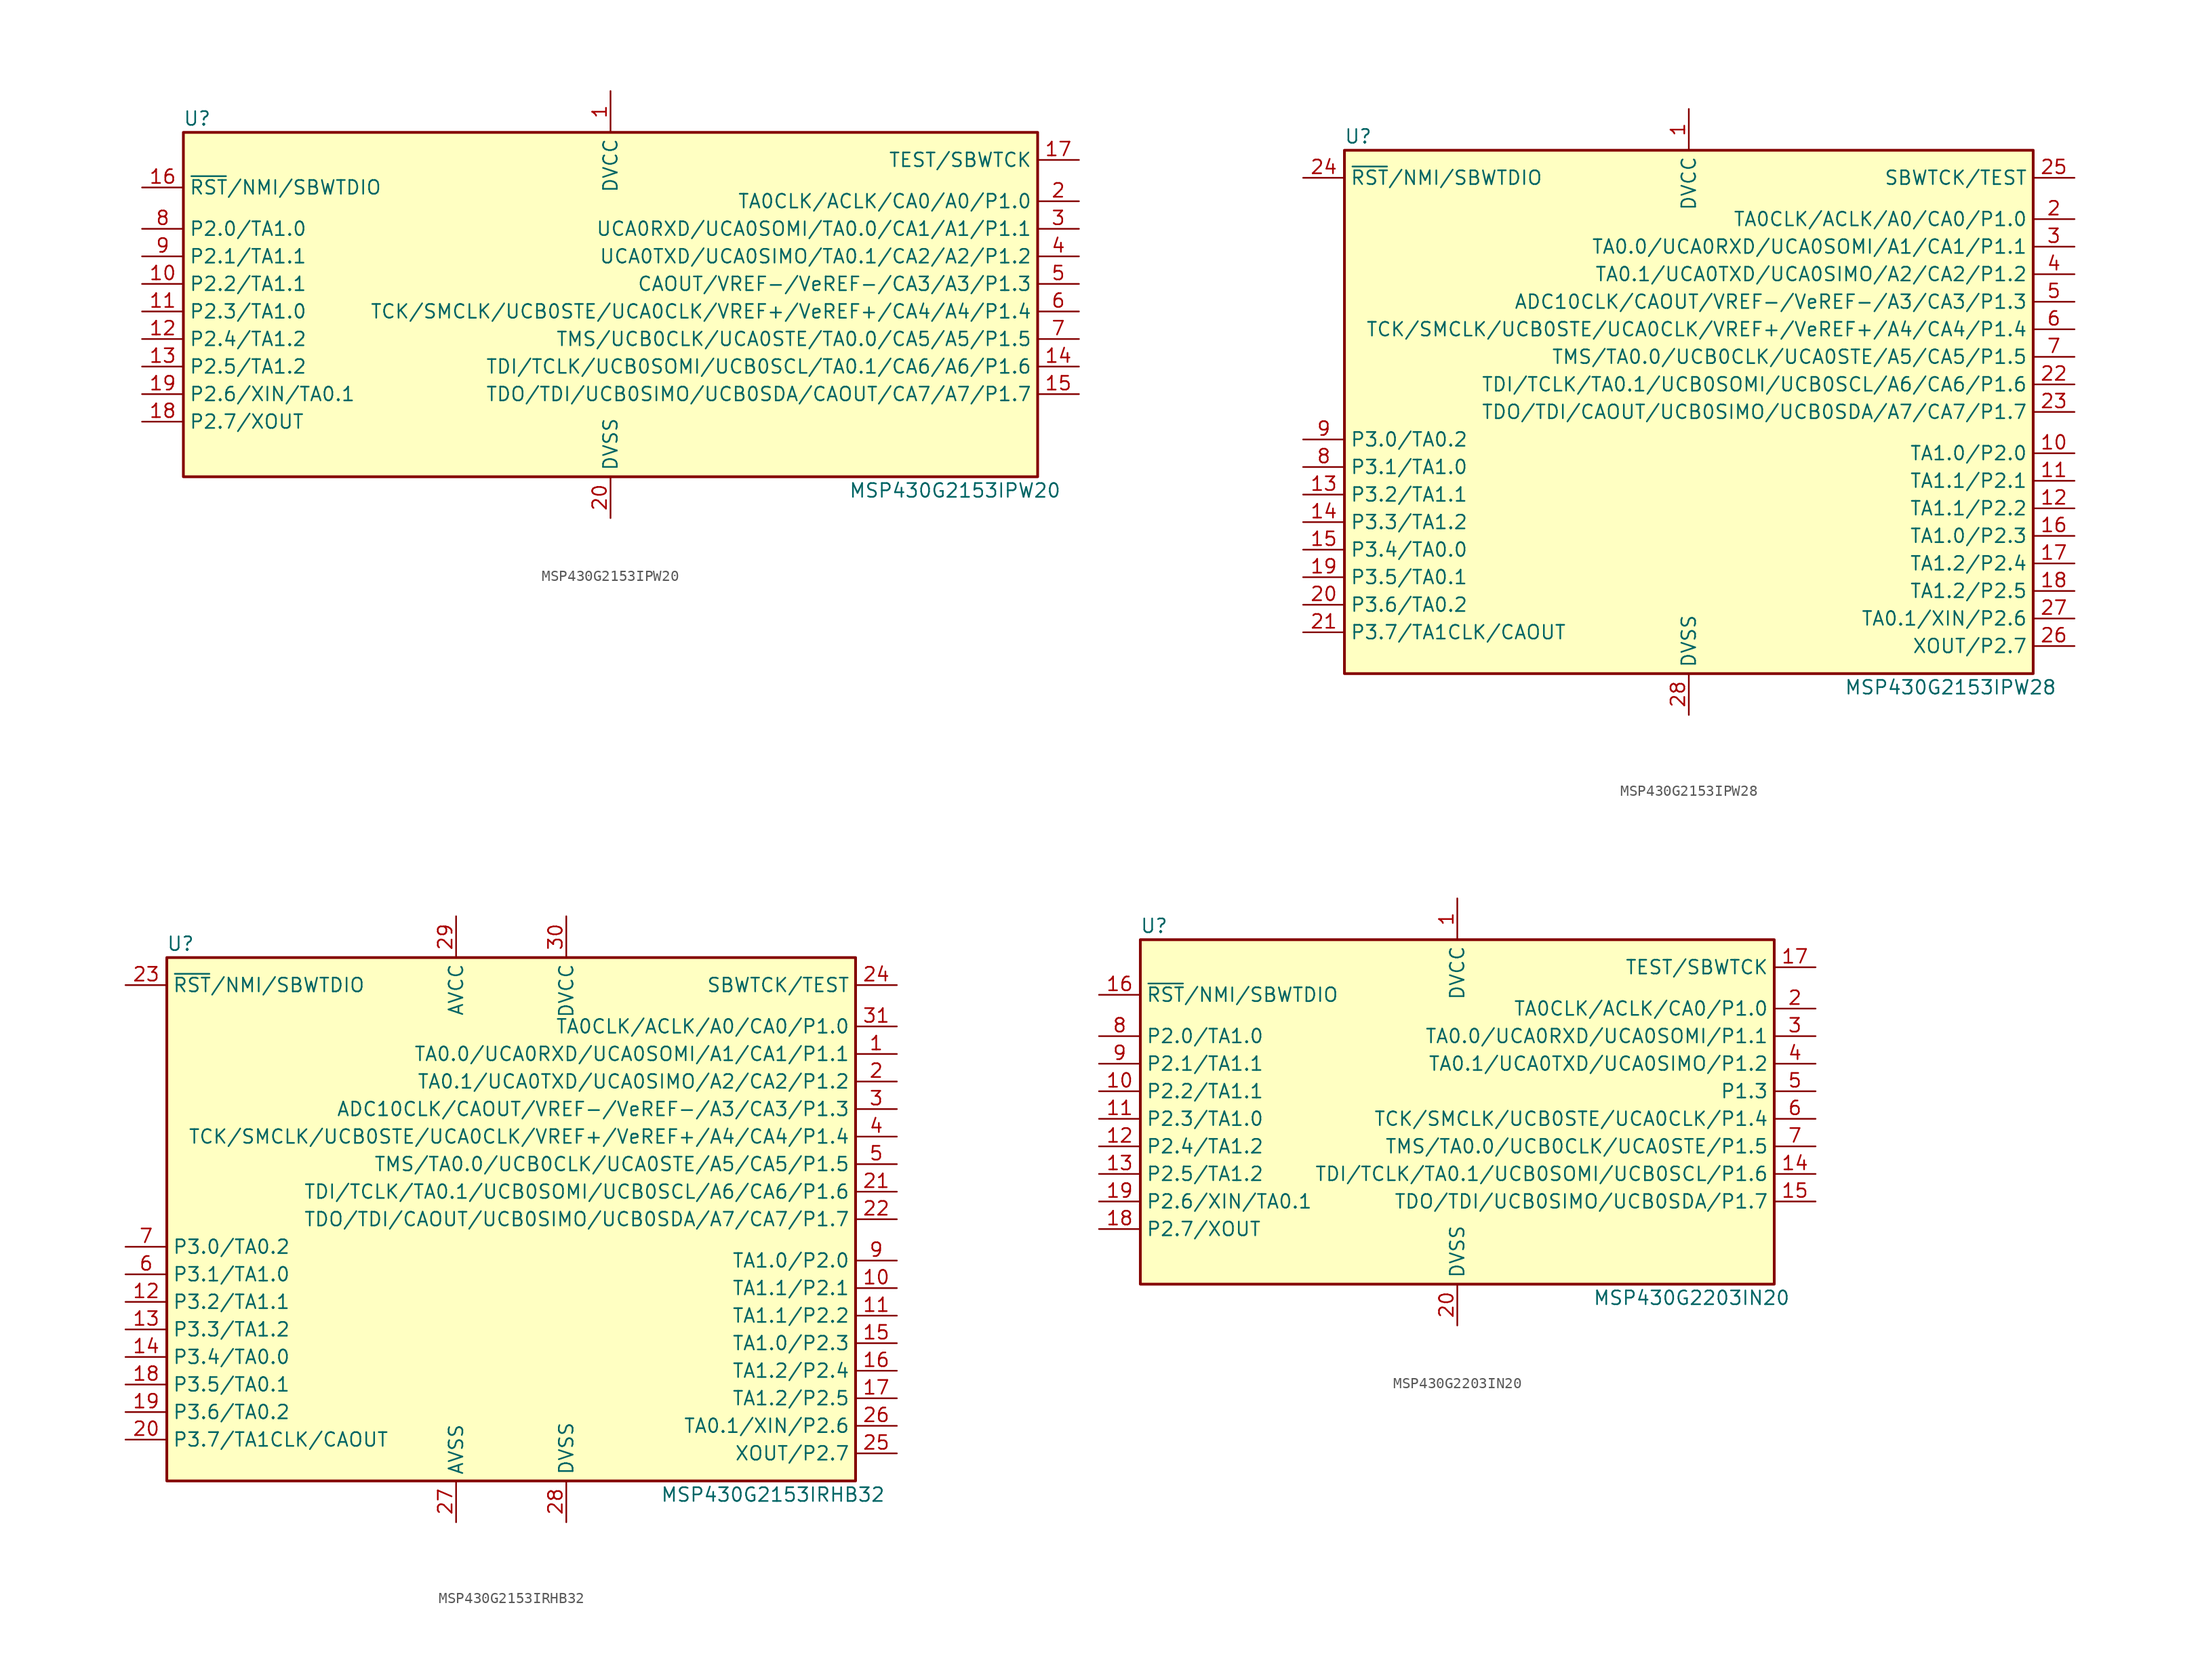
<source format=kicad_sym>
(kicad_symbol_lib
  (version 20211014)
  (generator kicad_symbol_editor)
  (symbol "MSP430G2153IPW20"
    (property "Reference" "U"
      (at -38.1 17.78 0)
      (effects (font (size 1.27 1.27))))
    (property "Value" "MSP430G2153IPW20"
      (at 31.75 -16.51 0)
      (effects (font (size 1.27 1.27))))
    (symbol "MSP430G2153IPW20_0_1"
      (rectangle (start -39.37 16.51) (end 39.37 -15.24) (stroke (width 0.254) (type default) (color 0 0 0 0)) (fill (type background))))
    (symbol "MSP430G2153IPW20_1_1"
      (pin power_in line (at 0 20.32 270) (length 3.81) (name "DVCC" (effects (font (size 1.27 1.27)))) (number "1" (effects (font (size 1.27 1.27)))))
      (pin bidirectional line (at -43.18 2.54 0) (length 3.81) (name "P2.2/TA1.1" (effects (font (size 1.27 1.27)))) (number "10" (effects (font (size 1.27 1.27)))))
      (pin bidirectional line (at -43.18 0 0) (length 3.81) (name "P2.3/TA1.0" (effects (font (size 1.27 1.27)))) (number "11" (effects (font (size 1.27 1.27)))))
      (pin bidirectional line (at -43.18 -2.54 0) (length 3.81) (name "P2.4/TA1.2" (effects (font (size 1.27 1.27)))) (number "12" (effects (font (size 1.27 1.27)))))
      (pin bidirectional line (at -43.18 -5.08 0) (length 3.81) (name "P2.5/TA1.2" (effects (font (size 1.27 1.27)))) (number "13" (effects (font (size 1.27 1.27)))))
      (pin bidirectional line (at 43.18 -5.08 180) (length 3.81) (name "TDI/TCLK/UCB0SOMI/UCB0SCL/TA0.1/CA6/A6/P1.6" (effects (font (size 1.27 1.27)))) (number "14" (effects (font (size 1.27 1.27)))))
      (pin bidirectional line (at 43.18 -7.62 180) (length 3.81) (name "TDO/TDI/UCB0SIMO/UCB0SDA/CAOUT/CA7/A7/P1.7" (effects (font (size 1.27 1.27)))) (number "15" (effects (font (size 1.27 1.27)))))
      (pin input line (at -43.18 11.43 0) (length 3.81) (name "~{RST}/NMI/SBWTDIO" (effects (font (size 1.27 1.27)))) (number "16" (effects (font (size 1.27 1.27)))))
      (pin input line (at 43.18 13.97 180) (length 3.81) (name "TEST/SBWTCK" (effects (font (size 1.27 1.27)))) (number "17" (effects (font (size 1.27 1.27)))))
      (pin bidirectional line (at -43.18 -10.16 0) (length 3.81) (name "P2.7/XOUT" (effects (font (size 1.27 1.27)))) (number "18" (effects (font (size 1.27 1.27)))))
      (pin bidirectional line (at -43.18 -7.62 0) (length 3.81) (name "P2.6/XIN/TA0.1" (effects (font (size 1.27 1.27)))) (number "19" (effects (font (size 1.27 1.27)))))
      (pin bidirectional line (at 43.18 10.16 180) (length 3.81) (name "TA0CLK/ACLK/CA0/A0/P1.0" (effects (font (size 1.27 1.27)))) (number "2" (effects (font (size 1.27 1.27)))))
      (pin power_in line (at 0 -19.05 90) (length 3.81) (name "DVSS" (effects (font (size 1.27 1.27)))) (number "20" (effects (font (size 1.27 1.27)))))
      (pin bidirectional line (at 43.18 7.62 180) (length 3.81) (name "UCA0RXD/UCA0SOMI/TA0.0/CA1/A1/P1.1" (effects (font (size 1.27 1.27)))) (number "3" (effects (font (size 1.27 1.27)))))
      (pin bidirectional line (at 43.18 5.08 180) (length 3.81) (name "UCA0TXD/UCA0SIMO/TA0.1/CA2/A2/P1.2" (effects (font (size 1.27 1.27)))) (number "4" (effects (font (size 1.27 1.27)))))
      (pin bidirectional line (at 43.18 2.54 180) (length 3.81) (name "CAOUT/VREF-/VeREF-/CA3/A3/P1.3" (effects (font (size 1.27 1.27)))) (number "5" (effects (font (size 1.27 1.27)))))
      (pin bidirectional line (at 43.18 0 180) (length 3.81) (name "TCK/SMCLK/UCB0STE/UCA0CLK/VREF+/VeREF+/CA4/A4/P1.4" (effects (font (size 1.27 1.27)))) (number "6" (effects (font (size 1.27 1.27)))))
      (pin bidirectional line (at 43.18 -2.54 180) (length 3.81) (name "TMS/UCB0CLK/UCA0STE/TA0.0/CA5/A5/P1.5" (effects (font (size 1.27 1.27)))) (number "7" (effects (font (size 1.27 1.27)))))
      (pin bidirectional line (at -43.18 7.62 0) (length 3.81) (name "P2.0/TA1.0" (effects (font (size 1.27 1.27)))) (number "8" (effects (font (size 1.27 1.27)))))
      (pin bidirectional line (at -43.18 5.08 0) (length 3.81) (name "P2.1/TA1.1" (effects (font (size 1.27 1.27)))) (number "9" (effects (font (size 1.27 1.27)))))))
  (symbol "MSP430G2153IPW28"
    (property "Reference" "U"
      (at -30.48 25.4 0)
      (effects (font (size 1.27 1.27))))
    (property "Value" "MSP430G2153IPW28"
      (at 24.13 -25.4 0)
      (effects (font (size 1.27 1.27))))
    (symbol "MSP430G2153IPW28_0_1"
      (rectangle (start -31.75 24.13) (end 31.75 -24.13) (stroke (width 0.254) (type default) (color 0 0 0 0)) (fill (type background))))
    (symbol "MSP430G2153IPW28_1_1"
      (pin power_in line (at 0 27.94 270) (length 3.81) (name "DVCC" (effects (font (size 1.27 1.27)))) (number "1" (effects (font (size 1.27 1.27)))))
      (pin bidirectional line (at 35.56 -3.81 180) (length 3.81) (name "TA1.0/P2.0" (effects (font (size 1.27 1.27)))) (number "10" (effects (font (size 1.27 1.27)))))
      (pin bidirectional line (at 35.56 -6.35 180) (length 3.81) (name "TA1.1/P2.1" (effects (font (size 1.27 1.27)))) (number "11" (effects (font (size 1.27 1.27)))))
      (pin bidirectional line (at 35.56 -8.89 180) (length 3.81) (name "TA1.1/P2.2" (effects (font (size 1.27 1.27)))) (number "12" (effects (font (size 1.27 1.27)))))
      (pin bidirectional line (at -35.56 -7.62 0) (length 3.81) (name "P3.2/TA1.1" (effects (font (size 1.27 1.27)))) (number "13" (effects (font (size 1.27 1.27)))))
      (pin bidirectional line (at -35.56 -10.16 0) (length 3.81) (name "P3.3/TA1.2" (effects (font (size 1.27 1.27)))) (number "14" (effects (font (size 1.27 1.27)))))
      (pin bidirectional line (at -35.56 -12.7 0) (length 3.81) (name "P3.4/TA0.0" (effects (font (size 1.27 1.27)))) (number "15" (effects (font (size 1.27 1.27)))))
      (pin bidirectional line (at 35.56 -11.43 180) (length 3.81) (name "TA1.0/P2.3" (effects (font (size 1.27 1.27)))) (number "16" (effects (font (size 1.27 1.27)))))
      (pin bidirectional line (at 35.56 -13.97 180) (length 3.81) (name "TA1.2/P2.4" (effects (font (size 1.27 1.27)))) (number "17" (effects (font (size 1.27 1.27)))))
      (pin bidirectional line (at 35.56 -16.51 180) (length 3.81) (name "TA1.2/P2.5" (effects (font (size 1.27 1.27)))) (number "18" (effects (font (size 1.27 1.27)))))
      (pin bidirectional line (at -35.56 -15.24 0) (length 3.81) (name "P3.5/TA0.1" (effects (font (size 1.27 1.27)))) (number "19" (effects (font (size 1.27 1.27)))))
      (pin bidirectional line (at 35.56 17.78 180) (length 3.81) (name "TA0CLK/ACLK/A0/CA0/P1.0" (effects (font (size 1.27 1.27)))) (number "2" (effects (font (size 1.27 1.27)))))
      (pin bidirectional line (at -35.56 -17.78 0) (length 3.81) (name "P3.6/TA0.2" (effects (font (size 1.27 1.27)))) (number "20" (effects (font (size 1.27 1.27)))))
      (pin bidirectional line (at -35.56 -20.32 0) (length 3.81) (name "P3.7/TA1CLK/CAOUT" (effects (font (size 1.27 1.27)))) (number "21" (effects (font (size 1.27 1.27)))))
      (pin bidirectional line (at 35.56 2.54 180) (length 3.81) (name "TDI/TCLK/TA0.1/UCB0SOMI/UCB0SCL/A6/CA6/P1.6" (effects (font (size 1.27 1.27)))) (number "22" (effects (font (size 1.27 1.27)))))
      (pin bidirectional line (at 35.56 0 180) (length 3.81) (name "TDO/TDI/CAOUT/UCB0SIMO/UCB0SDA/A7/CA7/P1.7" (effects (font (size 1.27 1.27)))) (number "23" (effects (font (size 1.27 1.27)))))
      (pin input line (at -35.56 21.59 0) (length 3.81) (name "~{RST}/NMI/SBWTDIO" (effects (font (size 1.27 1.27)))) (number "24" (effects (font (size 1.27 1.27)))))
      (pin input line (at 35.56 21.59 180) (length 3.81) (name "SBWTCK/TEST" (effects (font (size 1.27 1.27)))) (number "25" (effects (font (size 1.27 1.27)))))
      (pin bidirectional line (at 35.56 -21.59 180) (length 3.81) (name "XOUT/P2.7" (effects (font (size 1.27 1.27)))) (number "26" (effects (font (size 1.27 1.27)))))
      (pin bidirectional line (at 35.56 -19.05 180) (length 3.81) (name "TA0.1/XIN/P2.6" (effects (font (size 1.27 1.27)))) (number "27" (effects (font (size 1.27 1.27)))))
      (pin power_in line (at 0 -27.94 90) (length 3.81) (name "DVSS" (effects (font (size 1.27 1.27)))) (number "28" (effects (font (size 1.27 1.27)))))
      (pin bidirectional line (at 35.56 15.24 180) (length 3.81) (name "TA0.0/UCA0RXD/UCA0SOMI/A1/CA1/P1.1" (effects (font (size 1.27 1.27)))) (number "3" (effects (font (size 1.27 1.27)))))
      (pin bidirectional line (at 35.56 12.7 180) (length 3.81) (name "TA0.1/UCA0TXD/UCA0SIMO/A2/CA2/P1.2" (effects (font (size 1.27 1.27)))) (number "4" (effects (font (size 1.27 1.27)))))
      (pin bidirectional line (at 35.56 10.16 180) (length 3.81) (name "ADC10CLK/CAOUT/VREF-/VeREF-/A3/CA3/P1.3" (effects (font (size 1.27 1.27)))) (number "5" (effects (font (size 1.27 1.27)))))
      (pin bidirectional line (at 35.56 7.62 180) (length 3.81) (name "TCK/SMCLK/UCB0STE/UCA0CLK/VREF+/VeREF+/A4/CA4/P1.4" (effects (font (size 1.27 1.27)))) (number "6" (effects (font (size 1.27 1.27)))))
      (pin bidirectional line (at 35.56 5.08 180) (length 3.81) (name "TMS/TA0.0/UCB0CLK/UCA0STE/A5/CA5/P1.5" (effects (font (size 1.27 1.27)))) (number "7" (effects (font (size 1.27 1.27)))))
      (pin bidirectional line (at -35.56 -5.08 0) (length 3.81) (name "P3.1/TA1.0" (effects (font (size 1.27 1.27)))) (number "8" (effects (font (size 1.27 1.27)))))
      (pin bidirectional line (at -35.56 -2.54 0) (length 3.81) (name "P3.0/TA0.2" (effects (font (size 1.27 1.27)))) (number "9" (effects (font (size 1.27 1.27)))))))
  (symbol "MSP430G2153IRHB32"
    (property "Reference" "U"
      (at -30.48 25.4 0)
      (effects (font (size 1.27 1.27))))
    (property "Value" "MSP430G2153IRHB32"
      (at 24.13 -25.4 0)
      (effects (font (size 1.27 1.27))))
    (symbol "MSP430G2153IRHB32_0_1"
      (rectangle (start -31.75 24.13) (end 31.75 -24.13) (stroke (width 0.254) (type default) (color 0 0 0 0)) (fill (type background))))
    (symbol "MSP430G2153IRHB32_1_1"
      (pin bidirectional line (at 35.56 15.24 180) (length 3.81) (name "TA0.0/UCA0RXD/UCA0SOMI/A1/CA1/P1.1" (effects (font (size 1.27 1.27)))) (number "1" (effects (font (size 1.27 1.27)))))
      (pin bidirectional line (at 35.56 -6.35 180) (length 3.81) (name "TA1.1/P2.1" (effects (font (size 1.27 1.27)))) (number "10" (effects (font (size 1.27 1.27)))))
      (pin bidirectional line (at 35.56 -8.89 180) (length 3.81) (name "TA1.1/P2.2" (effects (font (size 1.27 1.27)))) (number "11" (effects (font (size 1.27 1.27)))))
      (pin bidirectional line (at -35.56 -7.62 0) (length 3.81) (name "P3.2/TA1.1" (effects (font (size 1.27 1.27)))) (number "12" (effects (font (size 1.27 1.27)))))
      (pin bidirectional line (at -35.56 -10.16 0) (length 3.81) (name "P3.3/TA1.2" (effects (font (size 1.27 1.27)))) (number "13" (effects (font (size 1.27 1.27)))))
      (pin bidirectional line (at -35.56 -12.7 0) (length 3.81) (name "P3.4/TA0.0" (effects (font (size 1.27 1.27)))) (number "14" (effects (font (size 1.27 1.27)))))
      (pin bidirectional line (at 35.56 -11.43 180) (length 3.81) (name "TA1.0/P2.3" (effects (font (size 1.27 1.27)))) (number "15" (effects (font (size 1.27 1.27)))))
      (pin bidirectional line (at 35.56 -13.97 180) (length 3.81) (name "TA1.2/P2.4" (effects (font (size 1.27 1.27)))) (number "16" (effects (font (size 1.27 1.27)))))
      (pin bidirectional line (at 35.56 -16.51 180) (length 3.81) (name "TA1.2/P2.5" (effects (font (size 1.27 1.27)))) (number "17" (effects (font (size 1.27 1.27)))))
      (pin bidirectional line (at -35.56 -15.24 0) (length 3.81) (name "P3.5/TA0.1" (effects (font (size 1.27 1.27)))) (number "18" (effects (font (size 1.27 1.27)))))
      (pin bidirectional line (at -35.56 -17.78 0) (length 3.81) (name "P3.6/TA0.2" (effects (font (size 1.27 1.27)))) (number "19" (effects (font (size 1.27 1.27)))))
      (pin bidirectional line (at 35.56 12.7 180) (length 3.81) (name "TA0.1/UCA0TXD/UCA0SIMO/A2/CA2/P1.2" (effects (font (size 1.27 1.27)))) (number "2" (effects (font (size 1.27 1.27)))))
      (pin bidirectional line (at -35.56 -20.32 0) (length 3.81) (name "P3.7/TA1CLK/CAOUT" (effects (font (size 1.27 1.27)))) (number "20" (effects (font (size 1.27 1.27)))))
      (pin bidirectional line (at 35.56 2.54 180) (length 3.81) (name "TDI/TCLK/TA0.1/UCB0SOMI/UCB0SCL/A6/CA6/P1.6" (effects (font (size 1.27 1.27)))) (number "21" (effects (font (size 1.27 1.27)))))
      (pin bidirectional line (at 35.56 0 180) (length 3.81) (name "TDO/TDI/CAOUT/UCB0SIMO/UCB0SDA/A7/CA7/P1.7" (effects (font (size 1.27 1.27)))) (number "22" (effects (font (size 1.27 1.27)))))
      (pin input line (at -35.56 21.59 0) (length 3.81) (name "~{RST}/NMI/SBWTDIO" (effects (font (size 1.27 1.27)))) (number "23" (effects (font (size 1.27 1.27)))))
      (pin input line (at 35.56 21.59 180) (length 3.81) (name "SBWTCK/TEST" (effects (font (size 1.27 1.27)))) (number "24" (effects (font (size 1.27 1.27)))))
      (pin bidirectional line (at 35.56 -21.59 180) (length 3.81) (name "XOUT/P2.7" (effects (font (size 1.27 1.27)))) (number "25" (effects (font (size 1.27 1.27)))))
      (pin bidirectional line (at 35.56 -19.05 180) (length 3.81) (name "TA0.1/XIN/P2.6" (effects (font (size 1.27 1.27)))) (number "26" (effects (font (size 1.27 1.27)))))
      (pin power_in line (at -5.08 -27.94 90) (length 3.81) (name "AVSS" (effects (font (size 1.27 1.27)))) (number "27" (effects (font (size 1.27 1.27)))))
      (pin power_in line (at 5.08 -27.94 90) (length 3.81) (name "DVSS" (effects (font (size 1.27 1.27)))) (number "28" (effects (font (size 1.27 1.27)))))
      (pin power_in line (at -5.08 27.94 270) (length 3.81) (name "AVCC" (effects (font (size 1.27 1.27)))) (number "29" (effects (font (size 1.27 1.27)))))
      (pin bidirectional line (at 35.56 10.16 180) (length 3.81) (name "ADC10CLK/CAOUT/VREF-/VeREF-/A3/CA3/P1.3" (effects (font (size 1.27 1.27)))) (number "3" (effects (font (size 1.27 1.27)))))
      (pin power_in line (at 5.08 27.94 270) (length 3.81) (name "DVCC" (effects (font (size 1.27 1.27)))) (number "30" (effects (font (size 1.27 1.27)))))
      (pin bidirectional line (at 35.56 17.78 180) (length 3.81) (name "TA0CLK/ACLK/A0/CA0/P1.0" (effects (font (size 1.27 1.27)))) (number "31" (effects (font (size 1.27 1.27)))))
      (pin bidirectional line (at 35.56 7.62 180) (length 3.81) (name "TCK/SMCLK/UCB0STE/UCA0CLK/VREF+/VeREF+/A4/CA4/P1.4" (effects (font (size 1.27 1.27)))) (number "4" (effects (font (size 1.27 1.27)))))
      (pin bidirectional line (at 35.56 5.08 180) (length 3.81) (name "TMS/TA0.0/UCB0CLK/UCA0STE/A5/CA5/P1.5" (effects (font (size 1.27 1.27)))) (number "5" (effects (font (size 1.27 1.27)))))
      (pin bidirectional line (at -35.56 -5.08 0) (length 3.81) (name "P3.1/TA1.0" (effects (font (size 1.27 1.27)))) (number "6" (effects (font (size 1.27 1.27)))))
      (pin bidirectional line (at -35.56 -2.54 0) (length 3.81) (name "P3.0/TA0.2" (effects (font (size 1.27 1.27)))) (number "7" (effects (font (size 1.27 1.27)))))
      (pin bidirectional line (at 35.56 -3.81 180) (length 3.81) (name "TA1.0/P2.0" (effects (font (size 1.27 1.27)))) (number "9" (effects (font (size 1.27 1.27)))))))
  (symbol "MSP430G2203IN20"
    (property "Reference" "U"
      (at -27.94 17.78 0)
      (effects (font (size 1.27 1.27))))
    (property "Value" "MSP430G2203IN20"
      (at 21.59 -16.51 0)
      (effects (font (size 1.27 1.27))))
    (symbol "MSP430G2203IN20_0_1"
      (rectangle (start -29.21 16.51) (end 29.21 -15.24) (stroke (width 0.254) (type default) (color 0 0 0 0)) (fill (type background))))
    (symbol "MSP430G2203IN20_1_1"
      (pin power_in line (at 0 20.32 270) (length 3.81) (name "DVCC" (effects (font (size 1.27 1.27)))) (number "1" (effects (font (size 1.27 1.27)))))
      (pin bidirectional line (at -33.02 2.54 0) (length 3.81) (name "P2.2/TA1.1" (effects (font (size 1.27 1.27)))) (number "10" (effects (font (size 1.27 1.27)))))
      (pin bidirectional line (at -33.02 0 0) (length 3.81) (name "P2.3/TA1.0" (effects (font (size 1.27 1.27)))) (number "11" (effects (font (size 1.27 1.27)))))
      (pin bidirectional line (at -33.02 -2.54 0) (length 3.81) (name "P2.4/TA1.2" (effects (font (size 1.27 1.27)))) (number "12" (effects (font (size 1.27 1.27)))))
      (pin bidirectional line (at -33.02 -5.08 0) (length 3.81) (name "P2.5/TA1.2" (effects (font (size 1.27 1.27)))) (number "13" (effects (font (size 1.27 1.27)))))
      (pin bidirectional line (at 33.02 -5.08 180) (length 3.81) (name "TDI/TCLK/TA0.1/UCB0SOMI/UCB0SCL/P1.6" (effects (font (size 1.27 1.27)))) (number "14" (effects (font (size 1.27 1.27)))))
      (pin bidirectional line (at 33.02 -7.62 180) (length 3.81) (name "TDO/TDI/UCB0SIMO/UCB0SDA/P1.7" (effects (font (size 1.27 1.27)))) (number "15" (effects (font (size 1.27 1.27)))))
      (pin input line (at -33.02 11.43 0) (length 3.81) (name "~{RST}/NMI/SBWTDIO" (effects (font (size 1.27 1.27)))) (number "16" (effects (font (size 1.27 1.27)))))
      (pin input line (at 33.02 13.97 180) (length 3.81) (name "TEST/SBWTCK" (effects (font (size 1.27 1.27)))) (number "17" (effects (font (size 1.27 1.27)))))
      (pin bidirectional line (at -33.02 -10.16 0) (length 3.81) (name "P2.7/XOUT" (effects (font (size 1.27 1.27)))) (number "18" (effects (font (size 1.27 1.27)))))
      (pin bidirectional line (at -33.02 -7.62 0) (length 3.81) (name "P2.6/XIN/TA0.1" (effects (font (size 1.27 1.27)))) (number "19" (effects (font (size 1.27 1.27)))))
      (pin bidirectional line (at 33.02 10.16 180) (length 3.81) (name "TA0CLK/ACLK/CA0/P1.0" (effects (font (size 1.27 1.27)))) (number "2" (effects (font (size 1.27 1.27)))))
      (pin power_in line (at 0 -19.05 90) (length 3.81) (name "DVSS" (effects (font (size 1.27 1.27)))) (number "20" (effects (font (size 1.27 1.27)))))
      (pin bidirectional line (at 33.02 7.62 180) (length 3.81) (name "TA0.0/UCA0RXD/UCA0SOMI/P1.1" (effects (font (size 1.27 1.27)))) (number "3" (effects (font (size 1.27 1.27)))))
      (pin bidirectional line (at 33.02 5.08 180) (length 3.81) (name "TA0.1/UCA0TXD/UCA0SIMO/P1.2" (effects (font (size 1.27 1.27)))) (number "4" (effects (font (size 1.27 1.27)))))
      (pin bidirectional line (at 33.02 2.54 180) (length 3.81) (name "P1.3" (effects (font (size 1.27 1.27)))) (number "5" (effects (font (size 1.27 1.27)))))
      (pin bidirectional line (at 33.02 0 180) (length 3.81) (name "TCK/SMCLK/UCB0STE/UCA0CLK/P1.4" (effects (font (size 1.27 1.27)))) (number "6" (effects (font (size 1.27 1.27)))))
      (pin bidirectional line (at 33.02 -2.54 180) (length 3.81) (name "TMS/TA0.0/UCB0CLK/UCA0STE/P1.5" (effects (font (size 1.27 1.27)))) (number "7" (effects (font (size 1.27 1.27)))))
      (pin bidirectional line (at -33.02 7.62 0) (length 3.81) (name "P2.0/TA1.0" (effects (font (size 1.27 1.27)))) (number "8" (effects (font (size 1.27 1.27)))))
      (pin bidirectional line (at -33.02 5.08 0) (length 3.81) (name "P2.1/TA1.1" (effects (font (size 1.27 1.27)))) (number "9" (effects (font (size 1.27 1.27))))))))
</source>
